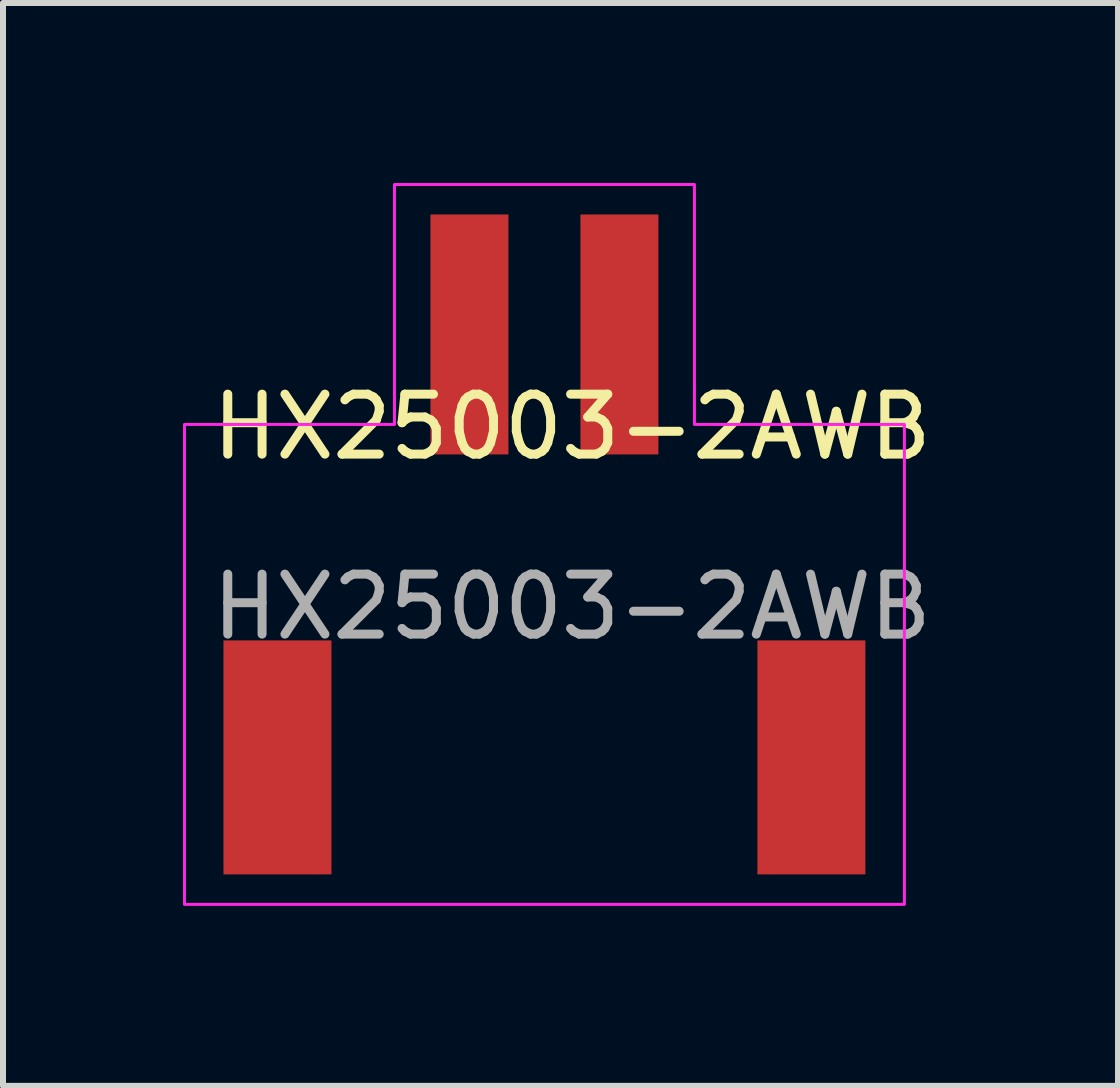
<source format=kicad_pcb>
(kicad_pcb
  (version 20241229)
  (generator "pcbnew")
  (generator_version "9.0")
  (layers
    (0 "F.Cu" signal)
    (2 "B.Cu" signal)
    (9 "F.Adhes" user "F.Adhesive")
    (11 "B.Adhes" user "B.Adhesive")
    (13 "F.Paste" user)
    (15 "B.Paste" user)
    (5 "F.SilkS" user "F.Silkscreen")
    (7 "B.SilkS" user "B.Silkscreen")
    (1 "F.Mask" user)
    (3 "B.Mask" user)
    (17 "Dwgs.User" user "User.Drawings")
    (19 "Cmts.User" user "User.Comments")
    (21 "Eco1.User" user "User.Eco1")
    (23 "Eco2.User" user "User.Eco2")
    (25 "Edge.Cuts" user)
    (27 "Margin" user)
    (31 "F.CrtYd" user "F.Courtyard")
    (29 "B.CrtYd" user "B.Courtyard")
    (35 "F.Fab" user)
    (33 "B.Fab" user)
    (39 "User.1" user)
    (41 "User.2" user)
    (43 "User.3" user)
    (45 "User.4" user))
  (footprint "HX25003-2AWB"
    (layer "F.Cu")
    (at 6.025 6.025)
    (property "Reference" "HX25003-2AWB" (at 0.46 -1.96 0) (unlocked yes) (layer "F.SilkS") (effects (font (size 1 1) (thickness 0.15))))
    (attr smd)
    (fp_poly (pts (xy 2.5 -2) (xy 6 -2) (xy 6 6) (xy -6 6) (xy -6 -2) (xy -2.5 -2) (xy -2.5 -6) (xy 2.5 -6)) (stroke (width 0.05) (type solid)) (fill no) (layer "F.CrtYd"))
    (fp_text user "${REFERENCE}" (at 0.46 1.04 0) (unlocked yes) (layer "F.Fab") (effects (font (size 1 1) (thickness 0.15))))
    (pad "1" smd rect (at -1.25 -3.5) (size 1.3 4) (layers "F.Cu" "F.Mask" "F.Paste"))
    (pad "2" smd rect (at 1.25 -3.5) (size 1.3 4) (layers "F.Cu" "F.Mask" "F.Paste"))
    (pad "3" smd rect (at -4.45 3.55) (size 1.8 3.9) (layers "F.Cu" "F.Mask" "F.Paste"))
    (pad "4" smd rect (at 4.45 3.55) (size 1.8 3.9) (layers "F.Cu" "F.Mask" "F.Paste")))
  (gr_rect
    (start -3 -3)
    (end 15.586 15.05)
    (stroke (width 0.1) (type default))
    (fill no)
    (layer "Edge.Cuts")))
</source>
